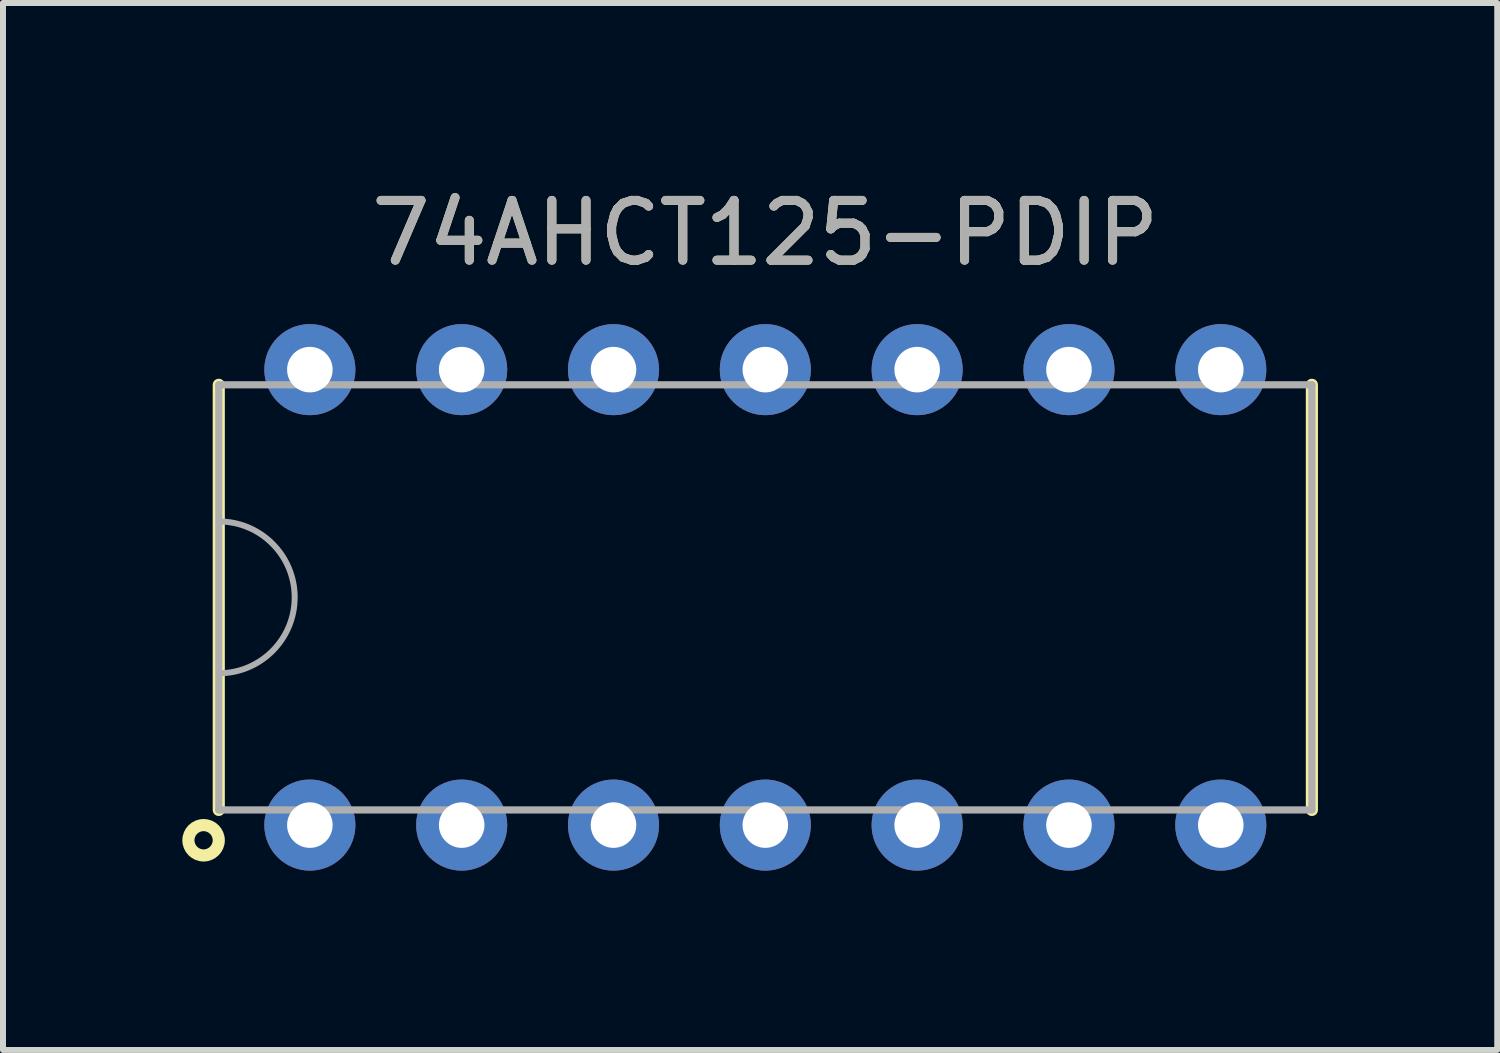
<source format=kicad_pcb>
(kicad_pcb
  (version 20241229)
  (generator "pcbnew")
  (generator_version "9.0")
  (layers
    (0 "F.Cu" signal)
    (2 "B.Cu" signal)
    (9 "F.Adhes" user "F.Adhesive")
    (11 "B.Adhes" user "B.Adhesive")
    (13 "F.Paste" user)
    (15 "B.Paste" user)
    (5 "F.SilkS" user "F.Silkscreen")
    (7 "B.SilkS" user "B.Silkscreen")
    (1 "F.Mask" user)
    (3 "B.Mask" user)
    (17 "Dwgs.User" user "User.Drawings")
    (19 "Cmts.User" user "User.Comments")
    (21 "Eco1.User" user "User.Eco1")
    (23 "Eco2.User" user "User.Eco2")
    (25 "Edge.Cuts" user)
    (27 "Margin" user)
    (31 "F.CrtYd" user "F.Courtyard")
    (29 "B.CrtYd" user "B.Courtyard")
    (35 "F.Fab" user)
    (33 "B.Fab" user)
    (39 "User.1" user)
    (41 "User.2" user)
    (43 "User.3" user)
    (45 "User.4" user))
  (footprint "74AHCT125-PDIP"
    (layer "F.Cu")
    (at 9.754 6.944)
    (property "Reference" "74AHCT125-PDIP" (at 0 -6.096 0) (unlocked yes) (layer "F.SilkS") (effects (font (size 1 1) (thickness 0.15))))
    (attr through_hole)
    (fp_line (start -9.144 3.556) (end -9.144 -3.556) (stroke (width 0.203) (type solid)) (layer "F.SilkS"))
    (fp_line (start 9.144 3.556) (end 9.144 -3.556) (stroke (width 0.203) (type solid)) (layer "F.SilkS"))
    (fp_circle (center -9.398 4.064) (end -9.144 4.064) (stroke (width 0.203) (type solid)) (fill no) (layer "F.SilkS"))
    (fp_line (start -9.144 -3.556) (end -9.144 3.556) (stroke (width 0.12) (type solid)) (layer "F.Fab"))
    (fp_line (start -9.144 -3.556) (end 9.144 -3.556) (stroke (width 0.12) (type solid)) (layer "F.Fab"))
    (fp_line (start 9.144 -3.556) (end 9.144 3.556) (stroke (width 0.12) (type solid)) (layer "F.Fab"))
    (fp_line (start 9.144 3.556) (end -9.144 3.556) (stroke (width 0.12) (type solid)) (layer "F.Fab"))
    (fp_arc (start -9.144 -1.27) (mid -7.874 0) (end -9.144 1.27) (stroke (width 0.1) (type solid)) (layer "F.Fab"))
    (fp_text user "${REFERENCE}" (at 0 -6.096 0) (unlocked yes) (layer "F.Fab") (effects (font (size 1 1) (thickness 0.15))))
    (pad "1" thru_hole circle (at -7.62 3.81) (size 1.524 1.524) (drill 0.762) (layers "*.Cu" "*.Mask"))
    (pad "2" thru_hole circle (at -5.08 3.81) (size 1.524 1.524) (drill 0.762) (layers "*.Cu" "*.Mask"))
    (pad "3" thru_hole circle (at -2.54 3.81) (size 1.524 1.524) (drill 0.762) (layers "*.Cu" "*.Mask"))
    (pad "4" thru_hole circle (at 0 3.81 90) (size 1.524 1.524) (drill 0.762) (layers "*.Cu" "*.Mask"))
    (pad "5" thru_hole circle (at 2.54 3.81) (size 1.524 1.524) (drill 0.762) (layers "*.Cu" "*.Mask"))
    (pad "6" thru_hole circle (at 5.08 3.81) (size 1.524 1.524) (drill 0.762) (layers "*.Cu" "*.Mask"))
    (pad "7" thru_hole circle (at 7.62 3.81) (size 1.524 1.524) (drill 0.762) (layers "*.Cu" "*.Mask"))
    (pad "8" thru_hole circle (at 7.62 -3.81) (size 1.524 1.524) (drill 0.762) (layers "*.Cu" "*.Mask"))
    (pad "9" thru_hole circle (at 5.08 -3.81) (size 1.524 1.524) (drill 0.762) (layers "*.Cu" "*.Mask"))
    (pad "10" thru_hole circle (at 2.54 -3.81) (size 1.524 1.524) (drill 0.762) (layers "*.Cu" "*.Mask"))
    (pad "11" thru_hole circle (at 0 -3.81 90) (size 1.524 1.524) (drill 0.762) (layers "*.Cu" "*.Mask"))
    (pad "12" thru_hole circle (at -2.54 -3.81) (size 1.524 1.524) (drill 0.762) (layers "*.Cu" "*.Mask"))
    (pad "13" thru_hole circle (at -5.08 -3.81) (size 1.524 1.524) (drill 0.762) (layers "*.Cu" "*.Mask"))
    (pad "14" thru_hole circle (at -7.62 -3.81) (size 1.524 1.524) (drill 0.762) (layers "*.Cu" "*.Mask")))
  (gr_rect
    (start -3 -3)
    (end 21.999 14.516)
    (stroke (width 0.1) (type default))
    (fill no)
    (layer "Edge.Cuts")))
</source>
